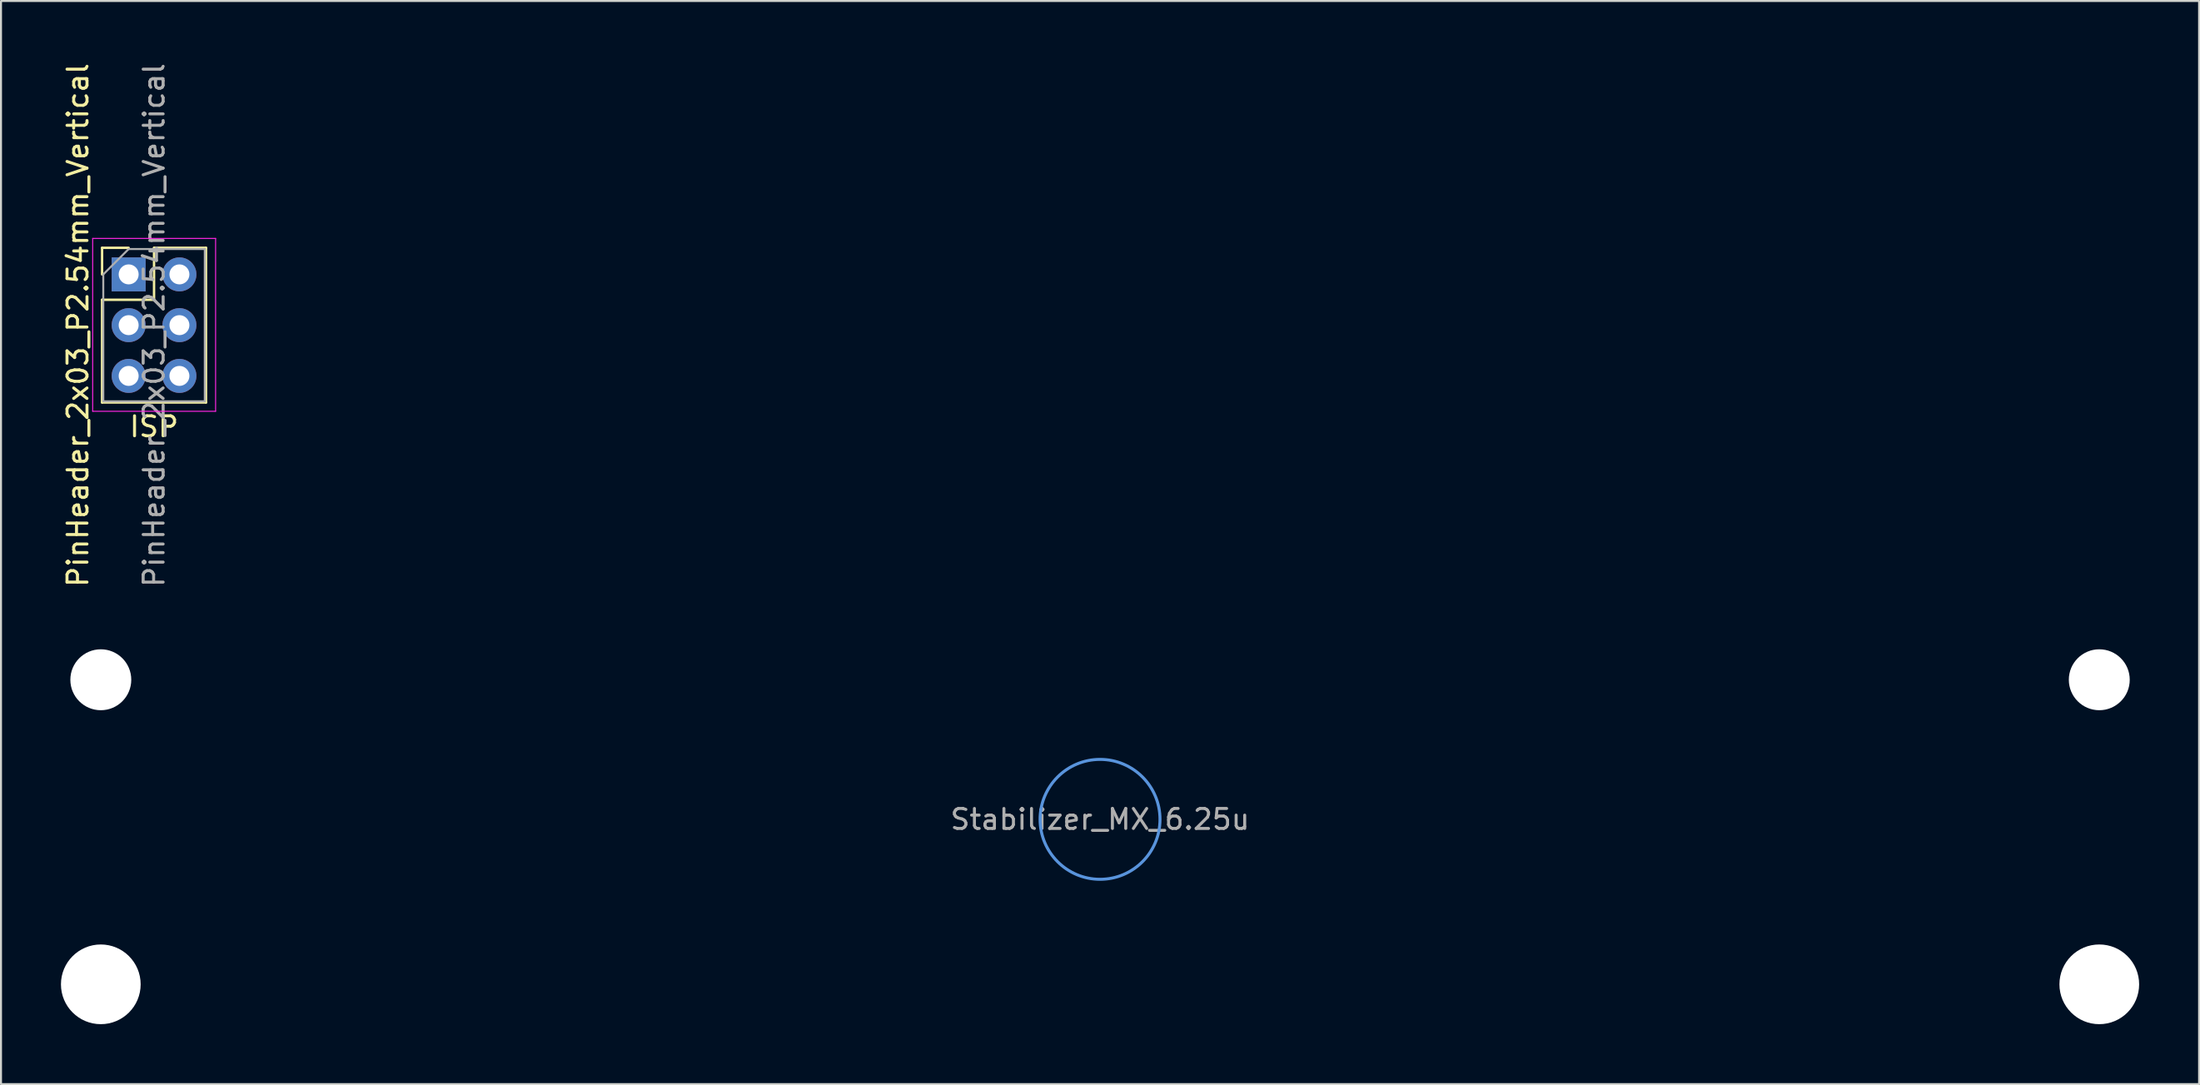
<source format=kicad_pcb>
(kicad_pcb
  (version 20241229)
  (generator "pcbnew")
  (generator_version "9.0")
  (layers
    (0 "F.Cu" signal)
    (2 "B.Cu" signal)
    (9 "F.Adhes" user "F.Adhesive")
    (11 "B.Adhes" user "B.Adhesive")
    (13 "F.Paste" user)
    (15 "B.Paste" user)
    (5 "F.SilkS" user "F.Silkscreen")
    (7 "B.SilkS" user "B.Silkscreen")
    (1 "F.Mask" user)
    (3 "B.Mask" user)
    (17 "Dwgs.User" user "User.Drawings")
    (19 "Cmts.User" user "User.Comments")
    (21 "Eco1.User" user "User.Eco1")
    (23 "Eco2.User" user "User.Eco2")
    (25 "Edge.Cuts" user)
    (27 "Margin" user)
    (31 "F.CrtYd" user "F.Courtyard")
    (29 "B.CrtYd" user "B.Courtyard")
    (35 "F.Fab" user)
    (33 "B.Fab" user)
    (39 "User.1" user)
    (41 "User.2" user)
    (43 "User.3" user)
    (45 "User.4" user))
  (footprint "Stabilizer_MX_6.25u"
    (layer "F.Cu")
    (at 51.994 37.949)
    (property "Reference" "Stabilizer_MX_6.25u" (at 0 0 180) (layer "F.Fab") (effects (font (size 1 1) (thickness 0.15))))
    (attr through_hole)
    (fp_circle (center 0 0) (end 3 0) (stroke (width 0.15) (type solid)) (fill no) (layer "Cmts.User"))
    (pad "" np_thru_hole circle (at -50 -6.985) (size 3.048 3.048) (drill 3.048) (layers "*.Cu" "*.Mask"))
    (pad "" np_thru_hole circle (at -50 8.255) (size 3.988 3.988) (drill 3.988) (layers "*.Cu" "*.Mask"))
    (pad "" np_thru_hole circle (at 50 -6.985) (size 3.048 3.048) (drill 3.048) (layers "*.Cu" "*.Mask"))
    (pad "" np_thru_hole circle (at 50 8.255) (size 3.988 3.988) (drill 3.988) (layers "*.Cu" "*.Mask")))
  (footprint "PinHeader_2x03_P2.54mm_Vertical"
    (layer "F.Cu")
    (at 3.388 10.68)
    (property "Reference" "PinHeader_2x03_P2.54mm_Vertical" (at -2.54 2.54 90) (layer "F.SilkS") (effects (font (size 1 1) (thickness 0.15))))
    (attr through_hole)
    (fp_line (start -1.33 -1.33) (end 0 -1.33) (stroke (width 0.12) (type solid)) (layer "F.SilkS"))
    (fp_line (start -1.33 0) (end -1.33 -1.33) (stroke (width 0.12) (type solid)) (layer "F.SilkS"))
    (fp_line (start -1.33 1.27) (end -1.33 6.41) (stroke (width 0.12) (type solid)) (layer "F.SilkS"))
    (fp_line (start -1.33 1.27) (end 1.27 1.27) (stroke (width 0.12) (type solid)) (layer "F.SilkS"))
    (fp_line (start -1.33 6.41) (end 3.87 6.41) (stroke (width 0.12) (type solid)) (layer "F.SilkS"))
    (fp_line (start 1.27 -1.33) (end 3.87 -1.33) (stroke (width 0.12) (type solid)) (layer "F.SilkS"))
    (fp_line (start 1.27 1.27) (end 1.27 -1.33) (stroke (width 0.12) (type solid)) (layer "F.SilkS"))
    (fp_line (start 3.87 -1.33) (end 3.87 6.41) (stroke (width 0.12) (type solid)) (layer "F.SilkS"))
    (fp_line (start -1.8 -1.8) (end -1.8 6.85) (stroke (width 0.05) (type solid)) (layer "F.CrtYd"))
    (fp_line (start -1.8 6.85) (end 4.35 6.85) (stroke (width 0.05) (type solid)) (layer "F.CrtYd"))
    (fp_line (start 4.35 -1.8) (end -1.8 -1.8) (stroke (width 0.05) (type solid)) (layer "F.CrtYd"))
    (fp_line (start 4.35 6.85) (end 4.35 -1.8) (stroke (width 0.05) (type solid)) (layer "F.CrtYd"))
    (fp_line (start -1.27 0) (end 0 -1.27) (stroke (width 0.1) (type solid)) (layer "F.Fab"))
    (fp_line (start -1.27 6.35) (end -1.27 0) (stroke (width 0.1) (type solid)) (layer "F.Fab"))
    (fp_line (start 0 -1.27) (end 3.81 -1.27) (stroke (width 0.1) (type solid)) (layer "F.Fab"))
    (fp_line (start 3.81 -1.27) (end 3.81 6.35) (stroke (width 0.1) (type solid)) (layer "F.Fab"))
    (fp_line (start 3.81 6.35) (end -1.27 6.35) (stroke (width 0.1) (type solid)) (layer "F.Fab"))
    (fp_text user "ISP" (at 1.27 7.62 0) (layer "F.SilkS") (effects (font (size 1 1) (thickness 0.15))))
    (fp_text user "${REFERENCE}" (at 1.27 2.54 270) (layer "F.Fab") (effects (font (size 1 1) (thickness 0.15))))
    (pad "1" thru_hole rect (at 0 0) (size 1.7 1.7) (drill 1) (layers "*.Cu" "*.Mask"))
    (pad "2" thru_hole oval (at 2.54 0) (size 1.7 1.7) (drill 1) (layers "*.Cu" "*.Mask"))
    (pad "3" thru_hole oval (at 0 2.54) (size 1.7 1.7) (drill 1) (layers "*.Cu" "*.Mask"))
    (pad "4" thru_hole oval (at 2.54 2.54) (size 1.7 1.7) (drill 1) (layers "*.Cu" "*.Mask"))
    (pad "5" thru_hole oval (at 0 5.08) (size 1.7 1.7) (drill 1) (layers "*.Cu" "*.Mask"))
    (pad "6" thru_hole oval (at 2.54 5.08) (size 1.7 1.7) (drill 1) (layers "*.Cu" "*.Mask")))
  (gr_rect
    (start -3 -3)
    (end 106.988 51.198)
    (stroke (width 0.1) (type default))
    (fill no)
    (layer "Edge.Cuts")))
</source>
